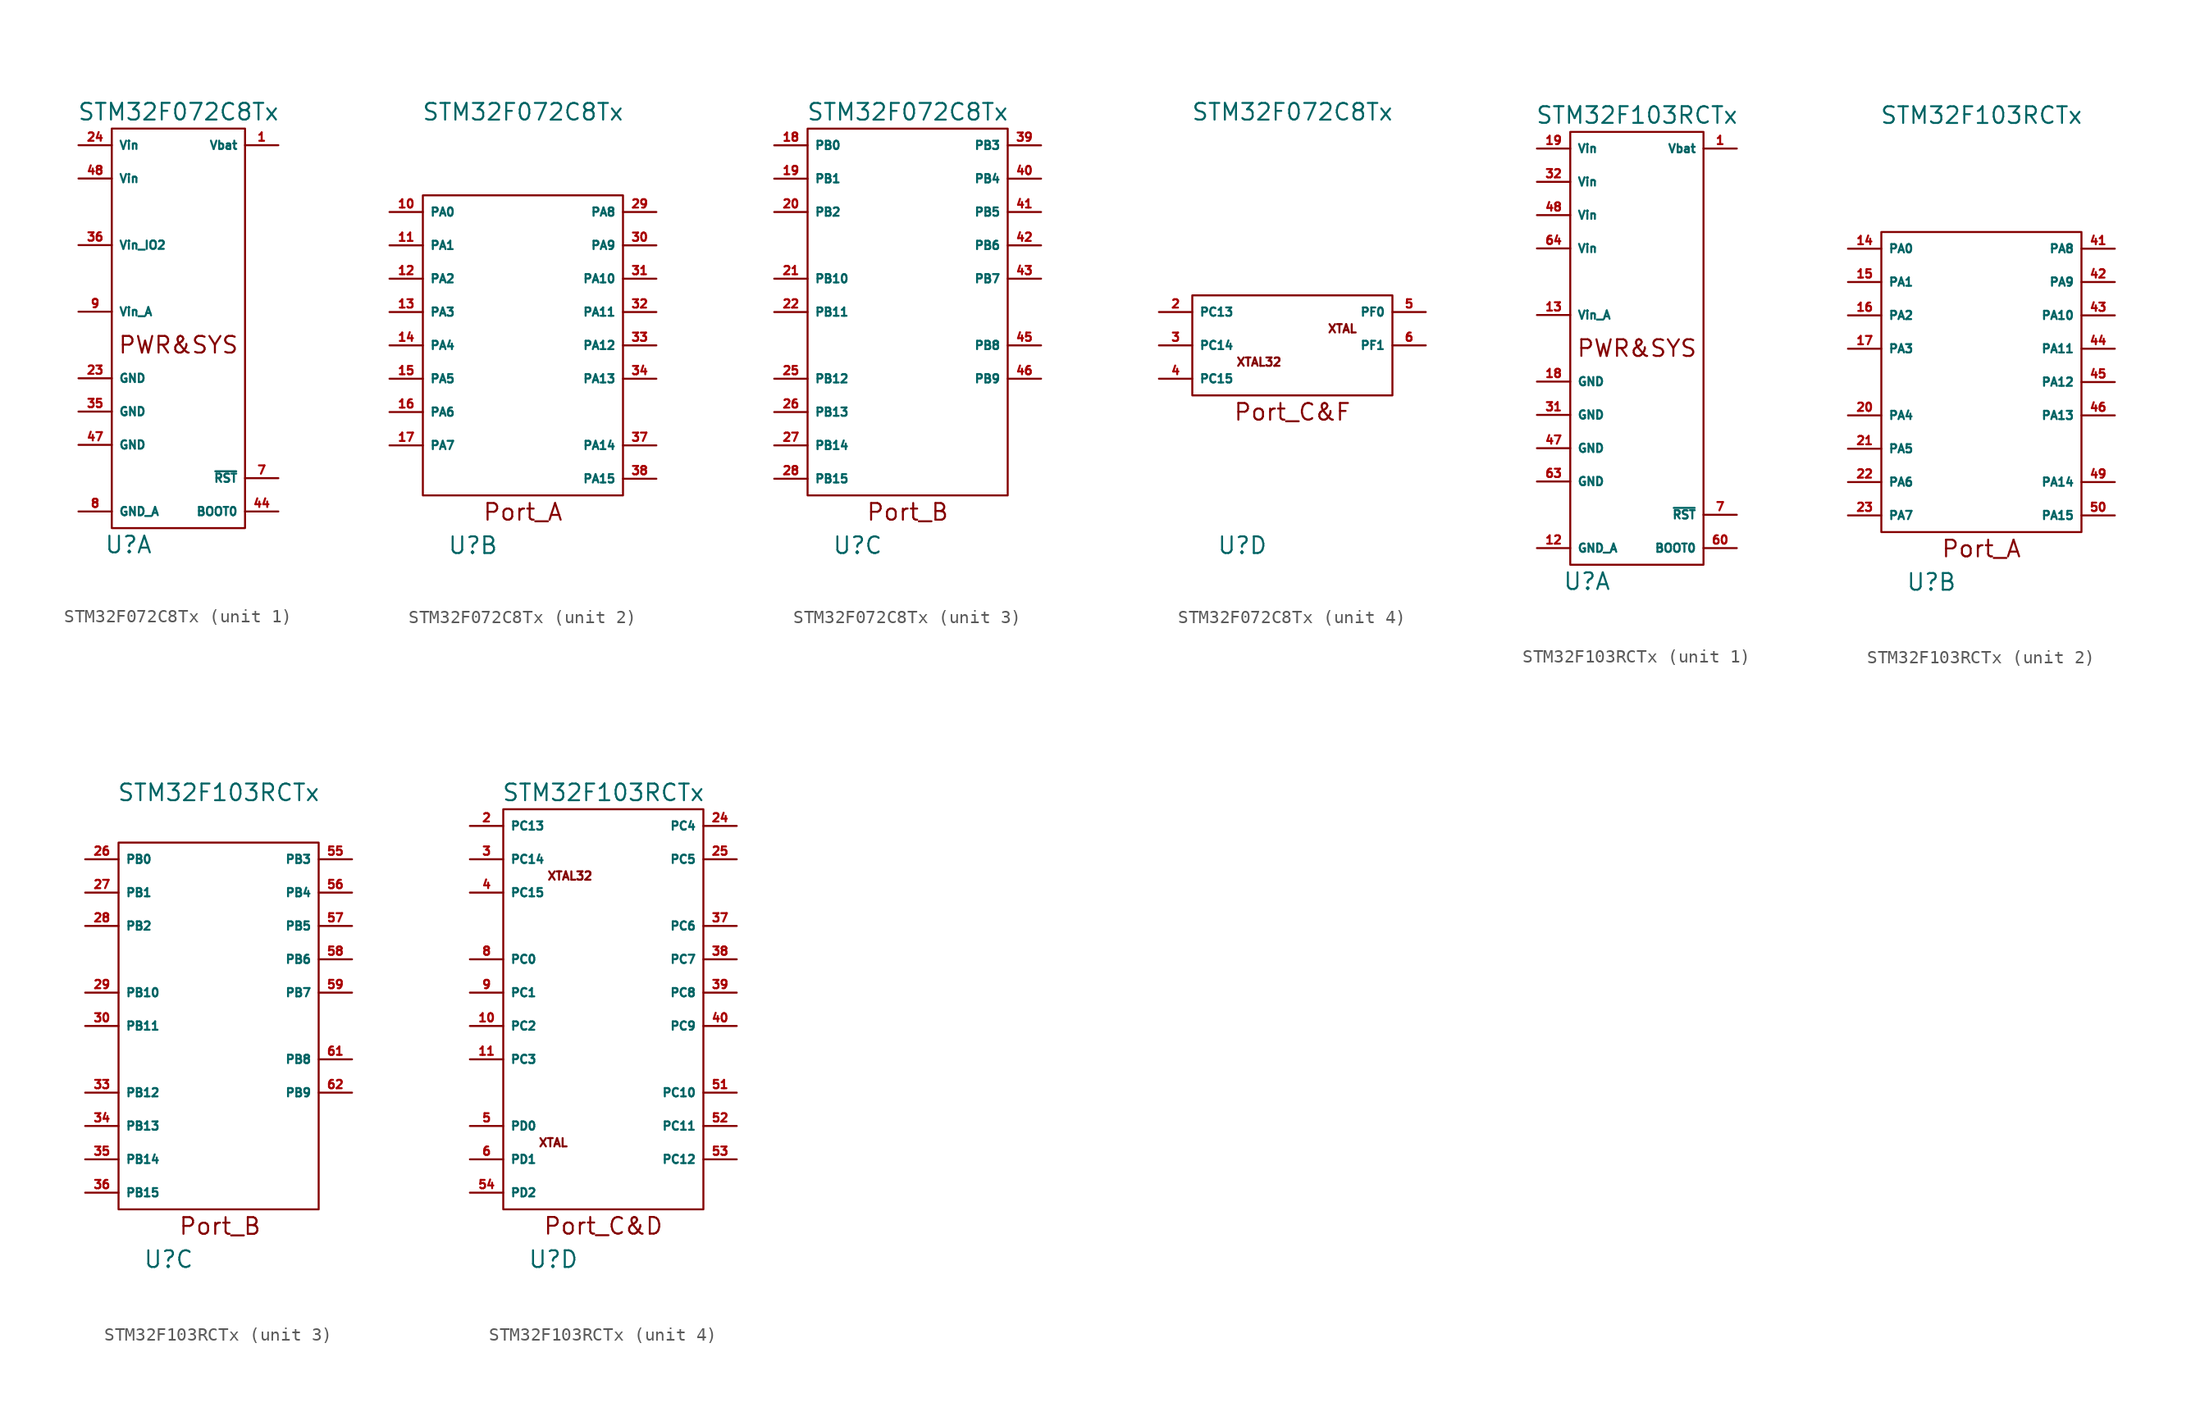
<source format=kicad_sym>
(kicad_symbol_lib
  (version 20211014)
  (generator kicad_symbol_editor)
  (symbol "STM32F072C8Tx"
    (property "Reference" "U"
      (at -3.81 -15.24 0)
      (effects (font (size 1.27 1.27))))
    (property "Value" "STM32F072C8Tx"
      (at 0 17.78 0)
      (effects (font (size 1.27 1.27))))
    (property "ki_locked" ""
      (at 0 0 0)
      (effects (font (size 1.27 1.27))))
    (symbol "STM32F072C8Tx_1_0"
      (rectangle (start -5.08 16.51) (end 5.08 -13.97) (stroke (width 0) (type default) (color 0 0 0 0)) (fill (type none)))
      (text "PWR&SYS" (at 0 0 0) (effects (font (size 1.27 1.27)))))
    (symbol "STM32F072C8Tx_1_1"
      (pin power_in line (at 7.62 15.24 180) (length 2.54) (name "Vbat" (effects (font (size 0.635 0.635)))) (number "1" (effects (font (size 0.635 0.635)))))
      (pin power_in line (at -7.62 -2.54 0) (length 2.54) (name "GND" (effects (font (size 0.635 0.635)))) (number "23" (effects (font (size 0.635 0.635)))))
      (pin power_in line (at -7.62 15.24 0) (length 2.54) (name "Vin" (effects (font (size 0.635 0.635)))) (number "24" (effects (font (size 0.635 0.635)))))
      (pin power_in line (at -7.62 -5.08 0) (length 2.54) (name "GND" (effects (font (size 0.635 0.635)))) (number "35" (effects (font (size 0.635 0.635)))))
      (pin power_in line (at -7.62 7.62 0) (length 2.54) (name "Vin_IO2" (effects (font (size 0.635 0.635)))) (number "36" (effects (font (size 0.635 0.635)))))
      (pin input line (at 7.62 -12.7 180) (length 2.54) (name "BOOT0" (effects (font (size 0.635 0.635)))) (number "44" (effects (font (size 0.635 0.635)))))
      (pin power_in line (at -7.62 -7.62 0) (length 2.54) (name "GND" (effects (font (size 0.635 0.635)))) (number "47" (effects (font (size 0.635 0.635)))))
      (pin power_in line (at -7.62 12.7 0) (length 2.54) (name "Vin" (effects (font (size 0.635 0.635)))) (number "48" (effects (font (size 0.635 0.635)))))
      (pin input line (at 7.62 -10.16 180) (length 2.54) (name "~{RST}" (effects (font (size 0.635 0.635)))) (number "7" (effects (font (size 0.635 0.635)))))
      (pin power_in line (at -7.62 -12.7 0) (length 2.54) (name "GND_A" (effects (font (size 0.635 0.635)))) (number "8" (effects (font (size 0.635 0.635)))))
      (pin power_in line (at -7.62 2.54 0) (length 2.54) (name "Vin_A" (effects (font (size 0.635 0.635)))) (number "9" (effects (font (size 0.635 0.635))))))
    (symbol "STM32F072C8Tx_2_0"
      (rectangle (start -7.62 11.43) (end 7.62 -11.43) (stroke (width 0) (type default) (color 0 0 0 0)) (fill (type none)))
      (text "Port_A" (at 0 -12.7 0) (effects (font (size 1.27 1.27)))))
    (symbol "STM32F072C8Tx_2_1"
      (pin bidirectional line (at -10.16 10.16 0) (length 2.54) (name "PA0" (effects (font (size 0.635 0.635)))) (number "10" (effects (font (size 0.635 0.635)))))
      (pin bidirectional line (at -10.16 7.62 0) (length 2.54) (name "PA1" (effects (font (size 0.635 0.635)))) (number "11" (effects (font (size 0.635 0.635)))))
      (pin bidirectional line (at -10.16 5.08 0) (length 2.54) (name "PA2" (effects (font (size 0.635 0.635)))) (number "12" (effects (font (size 0.635 0.635)))))
      (pin bidirectional line (at -10.16 2.54 0) (length 2.54) (name "PA3" (effects (font (size 0.635 0.635)))) (number "13" (effects (font (size 0.635 0.635)))))
      (pin bidirectional line (at -10.16 0 0) (length 2.54) (name "PA4" (effects (font (size 0.635 0.635)))) (number "14" (effects (font (size 0.635 0.635)))))
      (pin bidirectional line (at -10.16 -2.54 0) (length 2.54) (name "PA5" (effects (font (size 0.635 0.635)))) (number "15" (effects (font (size 0.635 0.635)))))
      (pin bidirectional line (at -10.16 -5.08 0) (length 2.54) (name "PA6" (effects (font (size 0.635 0.635)))) (number "16" (effects (font (size 0.635 0.635)))))
      (pin bidirectional line (at -10.16 -7.62 0) (length 2.54) (name "PA7" (effects (font (size 0.635 0.635)))) (number "17" (effects (font (size 0.635 0.635)))))
      (pin bidirectional line (at 10.16 10.16 180) (length 2.54) (name "PA8" (effects (font (size 0.635 0.635)))) (number "29" (effects (font (size 0.635 0.635)))))
      (pin bidirectional line (at 10.16 7.62 180) (length 2.54) (name "PA9" (effects (font (size 0.635 0.635)))) (number "30" (effects (font (size 0.635 0.635)))))
      (pin bidirectional line (at 10.16 5.08 180) (length 2.54) (name "PA10" (effects (font (size 0.635 0.635)))) (number "31" (effects (font (size 0.635 0.635)))))
      (pin bidirectional line (at 10.16 2.54 180) (length 2.54) (name "PA11" (effects (font (size 0.635 0.635)))) (number "32" (effects (font (size 0.635 0.635)))))
      (pin bidirectional line (at 10.16 0 180) (length 2.54) (name "PA12" (effects (font (size 0.635 0.635)))) (number "33" (effects (font (size 0.635 0.635)))))
      (pin bidirectional line (at 10.16 -2.54 180) (length 2.54) (name "PA13" (effects (font (size 0.635 0.635)))) (number "34" (effects (font (size 0.635 0.635)))))
      (pin bidirectional line (at 10.16 -7.62 180) (length 2.54) (name "PA14" (effects (font (size 0.635 0.635)))) (number "37" (effects (font (size 0.635 0.635)))))
      (pin bidirectional line (at 10.16 -10.16 180) (length 2.54) (name "PA15" (effects (font (size 0.635 0.635)))) (number "38" (effects (font (size 0.635 0.635))))))
    (symbol "STM32F072C8Tx_3_0"
      (rectangle (start -7.62 16.51) (end 7.62 -11.43) (stroke (width 0) (type default) (color 0 0 0 0)) (fill (type none)))
      (text "Port_B" (at 0 -12.7 0) (effects (font (size 1.27 1.27)))))
    (symbol "STM32F072C8Tx_3_1"
      (pin bidirectional line (at -10.16 15.24 0) (length 2.54) (name "PB0" (effects (font (size 0.635 0.635)))) (number "18" (effects (font (size 0.635 0.635)))))
      (pin bidirectional line (at -10.16 12.7 0) (length 2.54) (name "PB1" (effects (font (size 0.635 0.635)))) (number "19" (effects (font (size 0.635 0.635)))))
      (pin bidirectional line (at -10.16 10.16 0) (length 2.54) (name "PB2" (effects (font (size 0.635 0.635)))) (number "20" (effects (font (size 0.635 0.635)))))
      (pin bidirectional line (at -10.16 5.08 0) (length 2.54) (name "PB10" (effects (font (size 0.635 0.635)))) (number "21" (effects (font (size 0.635 0.635)))))
      (pin bidirectional line (at -10.16 2.54 0) (length 2.54) (name "PB11" (effects (font (size 0.635 0.635)))) (number "22" (effects (font (size 0.635 0.635)))))
      (pin bidirectional line (at -10.16 -2.54 0) (length 2.54) (name "PB12" (effects (font (size 0.635 0.635)))) (number "25" (effects (font (size 0.635 0.635)))))
      (pin bidirectional line (at -10.16 -5.08 0) (length 2.54) (name "PB13" (effects (font (size 0.635 0.635)))) (number "26" (effects (font (size 0.635 0.635)))))
      (pin bidirectional line (at -10.16 -7.62 0) (length 2.54) (name "PB14" (effects (font (size 0.635 0.635)))) (number "27" (effects (font (size 0.635 0.635)))))
      (pin bidirectional line (at -10.16 -10.16 0) (length 2.54) (name "PB15" (effects (font (size 0.635 0.635)))) (number "28" (effects (font (size 0.635 0.635)))))
      (pin bidirectional line (at 10.16 15.24 180) (length 2.54) (name "PB3" (effects (font (size 0.635 0.635)))) (number "39" (effects (font (size 0.635 0.635)))))
      (pin bidirectional line (at 10.16 12.7 180) (length 2.54) (name "PB4" (effects (font (size 0.635 0.635)))) (number "40" (effects (font (size 0.635 0.635)))))
      (pin bidirectional line (at 10.16 10.16 180) (length 2.54) (name "PB5" (effects (font (size 0.635 0.635)))) (number "41" (effects (font (size 0.635 0.635)))))
      (pin bidirectional line (at 10.16 7.62 180) (length 2.54) (name "PB6" (effects (font (size 0.635 0.635)))) (number "42" (effects (font (size 0.635 0.635)))))
      (pin bidirectional line (at 10.16 5.08 180) (length 2.54) (name "PB7" (effects (font (size 0.635 0.635)))) (number "43" (effects (font (size 0.635 0.635)))))
      (pin bidirectional line (at 10.16 0 180) (length 2.54) (name "PB8" (effects (font (size 0.635 0.635)))) (number "45" (effects (font (size 0.635 0.635)))))
      (pin bidirectional line (at 10.16 -2.54 180) (length 2.54) (name "PB9" (effects (font (size 0.635 0.635)))) (number "46" (effects (font (size 0.635 0.635))))))
    (symbol "STM32F072C8Tx_4_0"
      (rectangle (start -7.62 3.81) (end 7.62 -3.81) (stroke (width 0) (type default) (color 0 0 0 0)) (fill (type none)))
      (text "Port_C&F" (at 0 -5.08 0) (effects (font (size 1.27 1.27)))))
    (symbol "STM32F072C8Tx_4_1"
      (text "XTAL" (at 3.81 1.27 0) (effects (font (size 0.635 0.635))))
      (text "XTAL32" (at -2.54 -1.27 0) (effects (font (size 0.635 0.635))))
      (pin bidirectional line (at -10.16 2.54 0) (length 2.54) (name "PC13" (effects (font (size 0.635 0.635)))) (number "2" (effects (font (size 0.635 0.635)))))
      (pin bidirectional line (at -10.16 0 0) (length 2.54) (name "PC14" (effects (font (size 0.635 0.635)))) (number "3" (effects (font (size 0.635 0.635)))))
      (pin bidirectional line (at -10.16 -2.54 0) (length 2.54) (name "PC15" (effects (font (size 0.635 0.635)))) (number "4" (effects (font (size 0.635 0.635)))))
      (pin bidirectional line (at 10.16 2.54 180) (length 2.54) (name "PF0" (effects (font (size 0.635 0.635)))) (number "5" (effects (font (size 0.635 0.635)))))
      (pin bidirectional line (at 10.16 0 180) (length 2.54) (name "PF1" (effects (font (size 0.635 0.635)))) (number "6" (effects (font (size 0.635 0.635)))))))
  (symbol "STM32F103RCTx"
    (property "Reference" "U"
      (at -3.81 -17.78 0)
      (effects (font (size 1.27 1.27))))
    (property "Value" "STM32F103RCTx"
      (at 0 17.78 0)
      (effects (font (size 1.27 1.27))))
    (property "ki_locked" ""
      (at 0 0 0)
      (effects (font (size 1.27 1.27))))
    (symbol "STM32F103RCTx_1_0"
      (rectangle (start -5.08 16.51) (end 5.08 -16.51) (stroke (width 0.152) (type default) (color 0 0 0 0)) (fill (type none)))
      (text "PWR&SYS" (at 0 0 0) (effects (font (size 1.27 1.27)))))
    (symbol "STM32F103RCTx_1_1"
      (pin power_in line (at 7.62 15.24 180) (length 2.54) (name "Vbat" (effects (font (size 0.635 0.635)))) (number "1" (effects (font (size 0.635 0.635)))))
      (pin power_in line (at -7.62 -15.24 0) (length 2.54) (name "GND_A" (effects (font (size 0.635 0.635)))) (number "12" (effects (font (size 0.635 0.635)))))
      (pin power_in line (at -7.62 2.54 0) (length 2.54) (name "Vin_A" (effects (font (size 0.635 0.635)))) (number "13" (effects (font (size 0.635 0.635)))))
      (pin power_in line (at -7.62 -2.54 0) (length 2.54) (name "GND" (effects (font (size 0.635 0.635)))) (number "18" (effects (font (size 0.635 0.635)))))
      (pin power_in line (at -7.62 15.24 0) (length 2.54) (name "Vin" (effects (font (size 0.635 0.635)))) (number "19" (effects (font (size 0.635 0.635)))))
      (pin power_in line (at -7.62 -5.08 0) (length 2.54) (name "GND" (effects (font (size 0.635 0.635)))) (number "31" (effects (font (size 0.635 0.635)))))
      (pin power_in line (at -7.62 12.7 0) (length 2.54) (name "Vin" (effects (font (size 0.635 0.635)))) (number "32" (effects (font (size 0.635 0.635)))))
      (pin power_in line (at -7.62 -7.62 0) (length 2.54) (name "GND" (effects (font (size 0.635 0.635)))) (number "47" (effects (font (size 0.635 0.635)))))
      (pin power_in line (at -7.62 10.16 0) (length 2.54) (name "Vin" (effects (font (size 0.635 0.635)))) (number "48" (effects (font (size 0.635 0.635)))))
      (pin input line (at 7.62 -15.24 180) (length 2.54) (name "BOOT0" (effects (font (size 0.635 0.635)))) (number "60" (effects (font (size 0.635 0.635)))))
      (pin power_in line (at -7.62 -10.16 0) (length 2.54) (name "GND" (effects (font (size 0.635 0.635)))) (number "63" (effects (font (size 0.635 0.635)))))
      (pin power_in line (at -7.62 7.62 0) (length 2.54) (name "Vin" (effects (font (size 0.635 0.635)))) (number "64" (effects (font (size 0.635 0.635)))))
      (pin input line (at 7.62 -12.7 180) (length 2.54) (name "~{RST}" (effects (font (size 0.635 0.635)))) (number "7" (effects (font (size 0.635 0.635))))))
    (symbol "STM32F103RCTx_2_0"
      (rectangle (start -7.62 8.89) (end 7.62 -13.97) (stroke (width 0) (type default) (color 0 0 0 0)) (fill (type none)))
      (text "Port_A" (at 0 -15.24 0) (effects (font (size 1.27 1.27)))))
    (symbol "STM32F103RCTx_2_1"
      (pin bidirectional line (at -10.16 7.62 0) (length 2.54) (name "PA0" (effects (font (size 0.635 0.635)))) (number "14" (effects (font (size 0.635 0.635)))))
      (pin bidirectional line (at -10.16 5.08 0) (length 2.54) (name "PA1" (effects (font (size 0.635 0.635)))) (number "15" (effects (font (size 0.635 0.635)))))
      (pin bidirectional line (at -10.16 2.54 0) (length 2.54) (name "PA2" (effects (font (size 0.635 0.635)))) (number "16" (effects (font (size 0.635 0.635)))))
      (pin bidirectional line (at -10.16 0 0) (length 2.54) (name "PA3" (effects (font (size 0.635 0.635)))) (number "17" (effects (font (size 0.635 0.635)))))
      (pin bidirectional line (at -10.16 -5.08 0) (length 2.54) (name "PA4" (effects (font (size 0.635 0.635)))) (number "20" (effects (font (size 0.635 0.635)))))
      (pin bidirectional line (at -10.16 -7.62 0) (length 2.54) (name "PA5" (effects (font (size 0.635 0.635)))) (number "21" (effects (font (size 0.635 0.635)))))
      (pin bidirectional line (at -10.16 -10.16 0) (length 2.54) (name "PA6" (effects (font (size 0.635 0.635)))) (number "22" (effects (font (size 0.635 0.635)))))
      (pin bidirectional line (at -10.16 -12.7 0) (length 2.54) (name "PA7" (effects (font (size 0.635 0.635)))) (number "23" (effects (font (size 0.635 0.635)))))
      (pin bidirectional line (at 10.16 7.62 180) (length 2.54) (name "PA8" (effects (font (size 0.635 0.635)))) (number "41" (effects (font (size 0.635 0.635)))))
      (pin bidirectional line (at 10.16 5.08 180) (length 2.54) (name "PA9" (effects (font (size 0.635 0.635)))) (number "42" (effects (font (size 0.635 0.635)))))
      (pin bidirectional line (at 10.16 2.54 180) (length 2.54) (name "PA10" (effects (font (size 0.635 0.635)))) (number "43" (effects (font (size 0.635 0.635)))))
      (pin bidirectional line (at 10.16 0 180) (length 2.54) (name "PA11" (effects (font (size 0.635 0.635)))) (number "44" (effects (font (size 0.635 0.635)))))
      (pin bidirectional line (at 10.16 -2.54 180) (length 2.54) (name "PA12" (effects (font (size 0.635 0.635)))) (number "45" (effects (font (size 0.635 0.635)))))
      (pin bidirectional line (at 10.16 -5.08 180) (length 2.54) (name "PA13" (effects (font (size 0.635 0.635)))) (number "46" (effects (font (size 0.635 0.635)))))
      (pin bidirectional line (at 10.16 -10.16 180) (length 2.54) (name "PA14" (effects (font (size 0.635 0.635)))) (number "49" (effects (font (size 0.635 0.635)))))
      (pin bidirectional line (at 10.16 -12.7 180) (length 2.54) (name "PA15" (effects (font (size 0.635 0.635)))) (number "50" (effects (font (size 0.635 0.635))))))
    (symbol "STM32F103RCTx_3_0"
      (rectangle (start -7.62 13.97) (end 7.62 -13.97) (stroke (width 0) (type default) (color 0 0 0 0)) (fill (type none)))
      (text "Port_B" (at 0.106 -15.254 0) (effects (font (size 1.27 1.27)))))
    (symbol "STM32F103RCTx_3_1"
      (pin bidirectional line (at -10.16 12.7 0) (length 2.54) (name "PB0" (effects (font (size 0.635 0.635)))) (number "26" (effects (font (size 0.635 0.635)))))
      (pin bidirectional line (at -10.16 10.16 0) (length 2.54) (name "PB1" (effects (font (size 0.635 0.635)))) (number "27" (effects (font (size 0.635 0.635)))))
      (pin bidirectional line (at -10.16 7.62 0) (length 2.54) (name "PB2" (effects (font (size 0.635 0.635)))) (number "28" (effects (font (size 0.635 0.635)))))
      (pin bidirectional line (at -10.16 2.54 0) (length 2.54) (name "PB10" (effects (font (size 0.635 0.635)))) (number "29" (effects (font (size 0.635 0.635)))))
      (pin bidirectional line (at -10.16 0 0) (length 2.54) (name "PB11" (effects (font (size 0.635 0.635)))) (number "30" (effects (font (size 0.635 0.635)))))
      (pin bidirectional line (at -10.16 -5.08 0) (length 2.54) (name "PB12" (effects (font (size 0.635 0.635)))) (number "33" (effects (font (size 0.635 0.635)))))
      (pin bidirectional line (at -10.16 -7.62 0) (length 2.54) (name "PB13" (effects (font (size 0.635 0.635)))) (number "34" (effects (font (size 0.635 0.635)))))
      (pin bidirectional line (at -10.16 -10.16 0) (length 2.54) (name "PB14" (effects (font (size 0.635 0.635)))) (number "35" (effects (font (size 0.635 0.635)))))
      (pin bidirectional line (at -10.16 -12.7 0) (length 2.54) (name "PB15" (effects (font (size 0.635 0.635)))) (number "36" (effects (font (size 0.635 0.635)))))
      (pin bidirectional line (at 10.16 12.7 180) (length 2.54) (name "PB3" (effects (font (size 0.635 0.635)))) (number "55" (effects (font (size 0.635 0.635)))))
      (pin bidirectional line (at 10.16 10.16 180) (length 2.54) (name "PB4" (effects (font (size 0.635 0.635)))) (number "56" (effects (font (size 0.635 0.635)))))
      (pin bidirectional line (at 10.16 7.62 180) (length 2.54) (name "PB5" (effects (font (size 0.635 0.635)))) (number "57" (effects (font (size 0.635 0.635)))))
      (pin bidirectional line (at 10.16 5.08 180) (length 2.54) (name "PB6" (effects (font (size 0.635 0.635)))) (number "58" (effects (font (size 0.635 0.635)))))
      (pin bidirectional line (at 10.16 2.54 180) (length 2.54) (name "PB7" (effects (font (size 0.635 0.635)))) (number "59" (effects (font (size 0.635 0.635)))))
      (pin bidirectional line (at 10.16 -2.54 180) (length 2.54) (name "PB8" (effects (font (size 0.635 0.635)))) (number "61" (effects (font (size 0.635 0.635)))))
      (pin bidirectional line (at 10.16 -5.08 180) (length 2.54) (name "PB9" (effects (font (size 0.635 0.635)))) (number "62" (effects (font (size 0.635 0.635))))))
    (symbol "STM32F103RCTx_4_0"
      (rectangle (start -7.62 16.51) (end 7.62 -13.97) (stroke (width 0.152) (type default) (color 0 0 0 0)) (fill (type none)))
      (text "Port_C&D" (at 0 -15.24 0) (effects (font (size 1.27 1.27)))))
    (symbol "STM32F103RCTx_4_1"
      (text "XTAL" (at -3.81 -8.89 0) (effects (font (size 0.635 0.635))))
      (text "XTAL32" (at -2.54 11.43 0) (effects (font (size 0.635 0.635))))
      (pin bidirectional line (at -10.16 0 0) (length 2.54) (name "PC2" (effects (font (size 0.635 0.635)))) (number "10" (effects (font (size 0.635 0.635)))))
      (pin bidirectional line (at -10.16 -2.54 0) (length 2.54) (name "PC3" (effects (font (size 0.635 0.635)))) (number "11" (effects (font (size 0.635 0.635)))))
      (pin bidirectional line (at -10.16 15.24 0) (length 2.54) (name "PC13" (effects (font (size 0.635 0.635)))) (number "2" (effects (font (size 0.635 0.635)))))
      (pin bidirectional line (at 10.16 15.24 180) (length 2.54) (name "PC4" (effects (font (size 0.635 0.635)))) (number "24" (effects (font (size 0.635 0.635)))))
      (pin bidirectional line (at 10.16 12.7 180) (length 2.54) (name "PC5" (effects (font (size 0.635 0.635)))) (number "25" (effects (font (size 0.635 0.635)))))
      (pin bidirectional line (at -10.16 12.7 0) (length 2.54) (name "PC14" (effects (font (size 0.635 0.635)))) (number "3" (effects (font (size 0.635 0.635)))))
      (pin bidirectional line (at 10.16 7.62 180) (length 2.54) (name "PC6" (effects (font (size 0.635 0.635)))) (number "37" (effects (font (size 0.635 0.635)))))
      (pin bidirectional line (at 10.16 5.08 180) (length 2.54) (name "PC7" (effects (font (size 0.635 0.635)))) (number "38" (effects (font (size 0.635 0.635)))))
      (pin bidirectional line (at 10.16 2.54 180) (length 2.54) (name "PC8" (effects (font (size 0.635 0.635)))) (number "39" (effects (font (size 0.635 0.635)))))
      (pin bidirectional line (at -10.16 10.16 0) (length 2.54) (name "PC15" (effects (font (size 0.635 0.635)))) (number "4" (effects (font (size 0.635 0.635)))))
      (pin bidirectional line (at 10.16 0 180) (length 2.54) (name "PC9" (effects (font (size 0.635 0.635)))) (number "40" (effects (font (size 0.635 0.635)))))
      (pin bidirectional line (at -10.16 -7.62 0) (length 2.54) (name "PD0" (effects (font (size 0.635 0.635)))) (number "5" (effects (font (size 0.635 0.635)))))
      (pin bidirectional line (at 10.16 -5.08 180) (length 2.54) (name "PC10" (effects (font (size 0.635 0.635)))) (number "51" (effects (font (size 0.635 0.635)))))
      (pin bidirectional line (at 10.16 -7.62 180) (length 2.54) (name "PC11" (effects (font (size 0.635 0.635)))) (number "52" (effects (font (size 0.635 0.635)))))
      (pin bidirectional line (at 10.16 -10.16 180) (length 2.54) (name "PC12" (effects (font (size 0.635 0.635)))) (number "53" (effects (font (size 0.635 0.635)))))
      (pin bidirectional line (at -10.16 -12.7 0) (length 2.54) (name "PD2" (effects (font (size 0.635 0.635)))) (number "54" (effects (font (size 0.635 0.635)))))
      (pin bidirectional line (at -10.16 -10.16 0) (length 2.54) (name "PD1" (effects (font (size 0.635 0.635)))) (number "6" (effects (font (size 0.635 0.635)))))
      (pin bidirectional line (at -10.16 5.08 0) (length 2.54) (name "PC0" (effects (font (size 0.635 0.635)))) (number "8" (effects (font (size 0.635 0.635)))))
      (pin bidirectional line (at -10.16 2.54 0) (length 2.54) (name "PC1" (effects (font (size 0.635 0.635)))) (number "9" (effects (font (size 0.635 0.635))))))))
</source>
